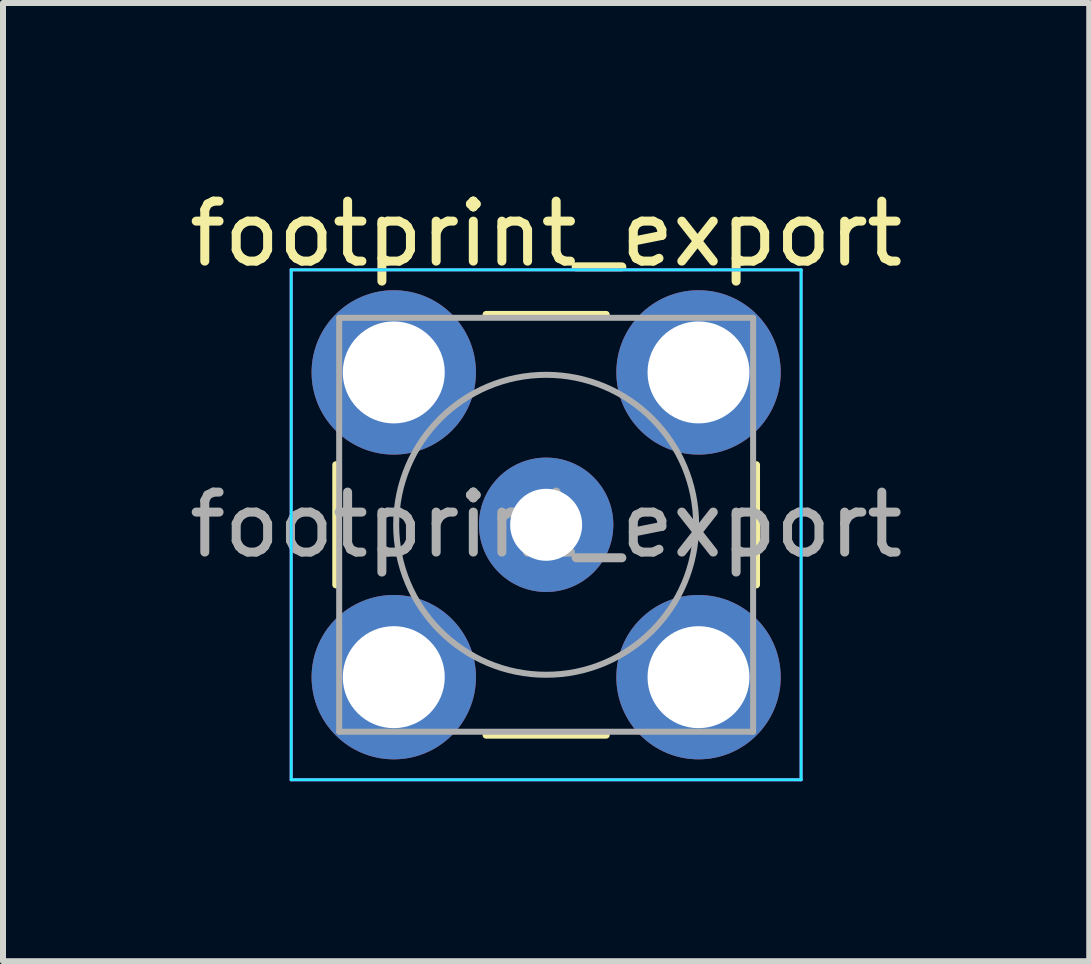
<source format=kicad_pcb>
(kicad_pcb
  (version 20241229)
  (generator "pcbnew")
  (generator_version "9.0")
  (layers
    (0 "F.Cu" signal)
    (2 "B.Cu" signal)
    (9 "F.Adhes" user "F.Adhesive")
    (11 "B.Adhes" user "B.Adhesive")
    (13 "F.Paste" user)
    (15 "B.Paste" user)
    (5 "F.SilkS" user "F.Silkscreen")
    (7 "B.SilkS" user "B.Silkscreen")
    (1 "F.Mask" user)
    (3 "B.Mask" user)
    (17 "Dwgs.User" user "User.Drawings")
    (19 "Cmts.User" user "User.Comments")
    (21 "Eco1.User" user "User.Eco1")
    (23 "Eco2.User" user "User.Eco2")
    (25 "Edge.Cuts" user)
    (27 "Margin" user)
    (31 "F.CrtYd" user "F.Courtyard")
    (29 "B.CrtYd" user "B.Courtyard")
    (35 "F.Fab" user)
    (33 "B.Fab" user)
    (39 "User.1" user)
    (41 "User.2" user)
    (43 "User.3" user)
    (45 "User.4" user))
  (footprint "footprint_export"
    (layer "F.Cu")
    (at 6.054 5.698)
    (property "Reference" "footprint_export" (at 0 -4.85 0) (layer "F.SilkS") (effects (font (size 1 1) (thickness 0.15))))
    (attr through_hole)
    (fp_line (start -3.505 1) (end -3.505 -1) (stroke (width 0.12) (type solid)) (layer "F.SilkS"))
    (fp_line (start -1 -3.505) (end 1 -3.505) (stroke (width 0.12) (type solid)) (layer "F.SilkS"))
    (fp_line (start 1 3.505) (end -1 3.505) (stroke (width 0.12) (type solid)) (layer "F.SilkS"))
    (fp_line (start 3.505 -1) (end 3.505 1) (stroke (width 0.12) (type solid)) (layer "F.SilkS"))
    (fp_line (start -4.25 -4.25) (end 4.25 -4.25) (stroke (width 0.05) (type solid)) (layer "B.CrtYd"))
    (fp_line (start -4.25 4.25) (end -4.25 -4.25) (stroke (width 0.05) (type solid)) (layer "B.CrtYd"))
    (fp_line (start 4.25 -4.25) (end 4.25 4.25) (stroke (width 0.05) (type solid)) (layer "B.CrtYd"))
    (fp_line (start 4.25 4.25) (end -4.25 4.25) (stroke (width 0.05) (type solid)) (layer "B.CrtYd"))
    (fp_line (start -4.25 -4.25) (end 4.25 -4.25) (stroke (width 0.05) (type solid)) (layer "F.CrtYd"))
    (fp_line (start -4.25 4.25) (end -4.25 -4.25) (stroke (width 0.05) (type solid)) (layer "F.CrtYd"))
    (fp_line (start 4.25 -4.25) (end 4.25 4.25) (stroke (width 0.05) (type solid)) (layer "F.CrtYd"))
    (fp_line (start 4.25 4.25) (end -4.25 4.25) (stroke (width 0.05) (type solid)) (layer "F.CrtYd"))
    (fp_line (start -3.45 -3.45) (end -3.45 3.45) (stroke (width 0.1) (type solid)) (layer "F.Fab"))
    (fp_line (start -3.45 3.45) (end 3.45 3.45) (stroke (width 0.1) (type solid)) (layer "F.Fab"))
    (fp_line (start 3.45 -3.45) (end -3.45 -3.45) (stroke (width 0.1) (type solid)) (layer "F.Fab"))
    (fp_line (start 3.45 3.45) (end 3.45 -3.45) (stroke (width 0.1) (type solid)) (layer "F.Fab"))
    (fp_circle (center 0 0) (end 2.5 0) (stroke (width 0.1) (type solid)) (fill no) (layer "F.Fab"))
    (fp_text user "${REFERENCE}" (at 0 0 0) (layer "F.Fab") (effects (font (size 1 1) (thickness 0.15))))
    (pad "1" thru_hole circle (at 0 0) (size 2.24 2.24) (drill 1.2) (layers "*.Cu" "*.Mask"))
    (pad "2" thru_hole circle (at -2.54 -2.54) (size 2.74 2.74) (drill 1.7) (layers "*.Cu" "*.Mask"))
    (pad "2" thru_hole circle (at -2.54 2.54) (size 2.74 2.74) (drill 1.7) (layers "*.Cu" "*.Mask"))
    (pad "2" thru_hole circle (at 2.54 -2.54) (size 2.74 2.74) (drill 1.7) (layers "*.Cu" "*.Mask"))
    (pad "2" thru_hole circle (at 2.54 2.54) (size 2.74 2.74) (drill 1.7) (layers "*.Cu" "*.Mask")))
  (gr_rect
    (start -3 -3)
    (end 15.107 12.973)
    (stroke (width 0.1) (type default))
    (fill no)
    (layer "Edge.Cuts")))
</source>
